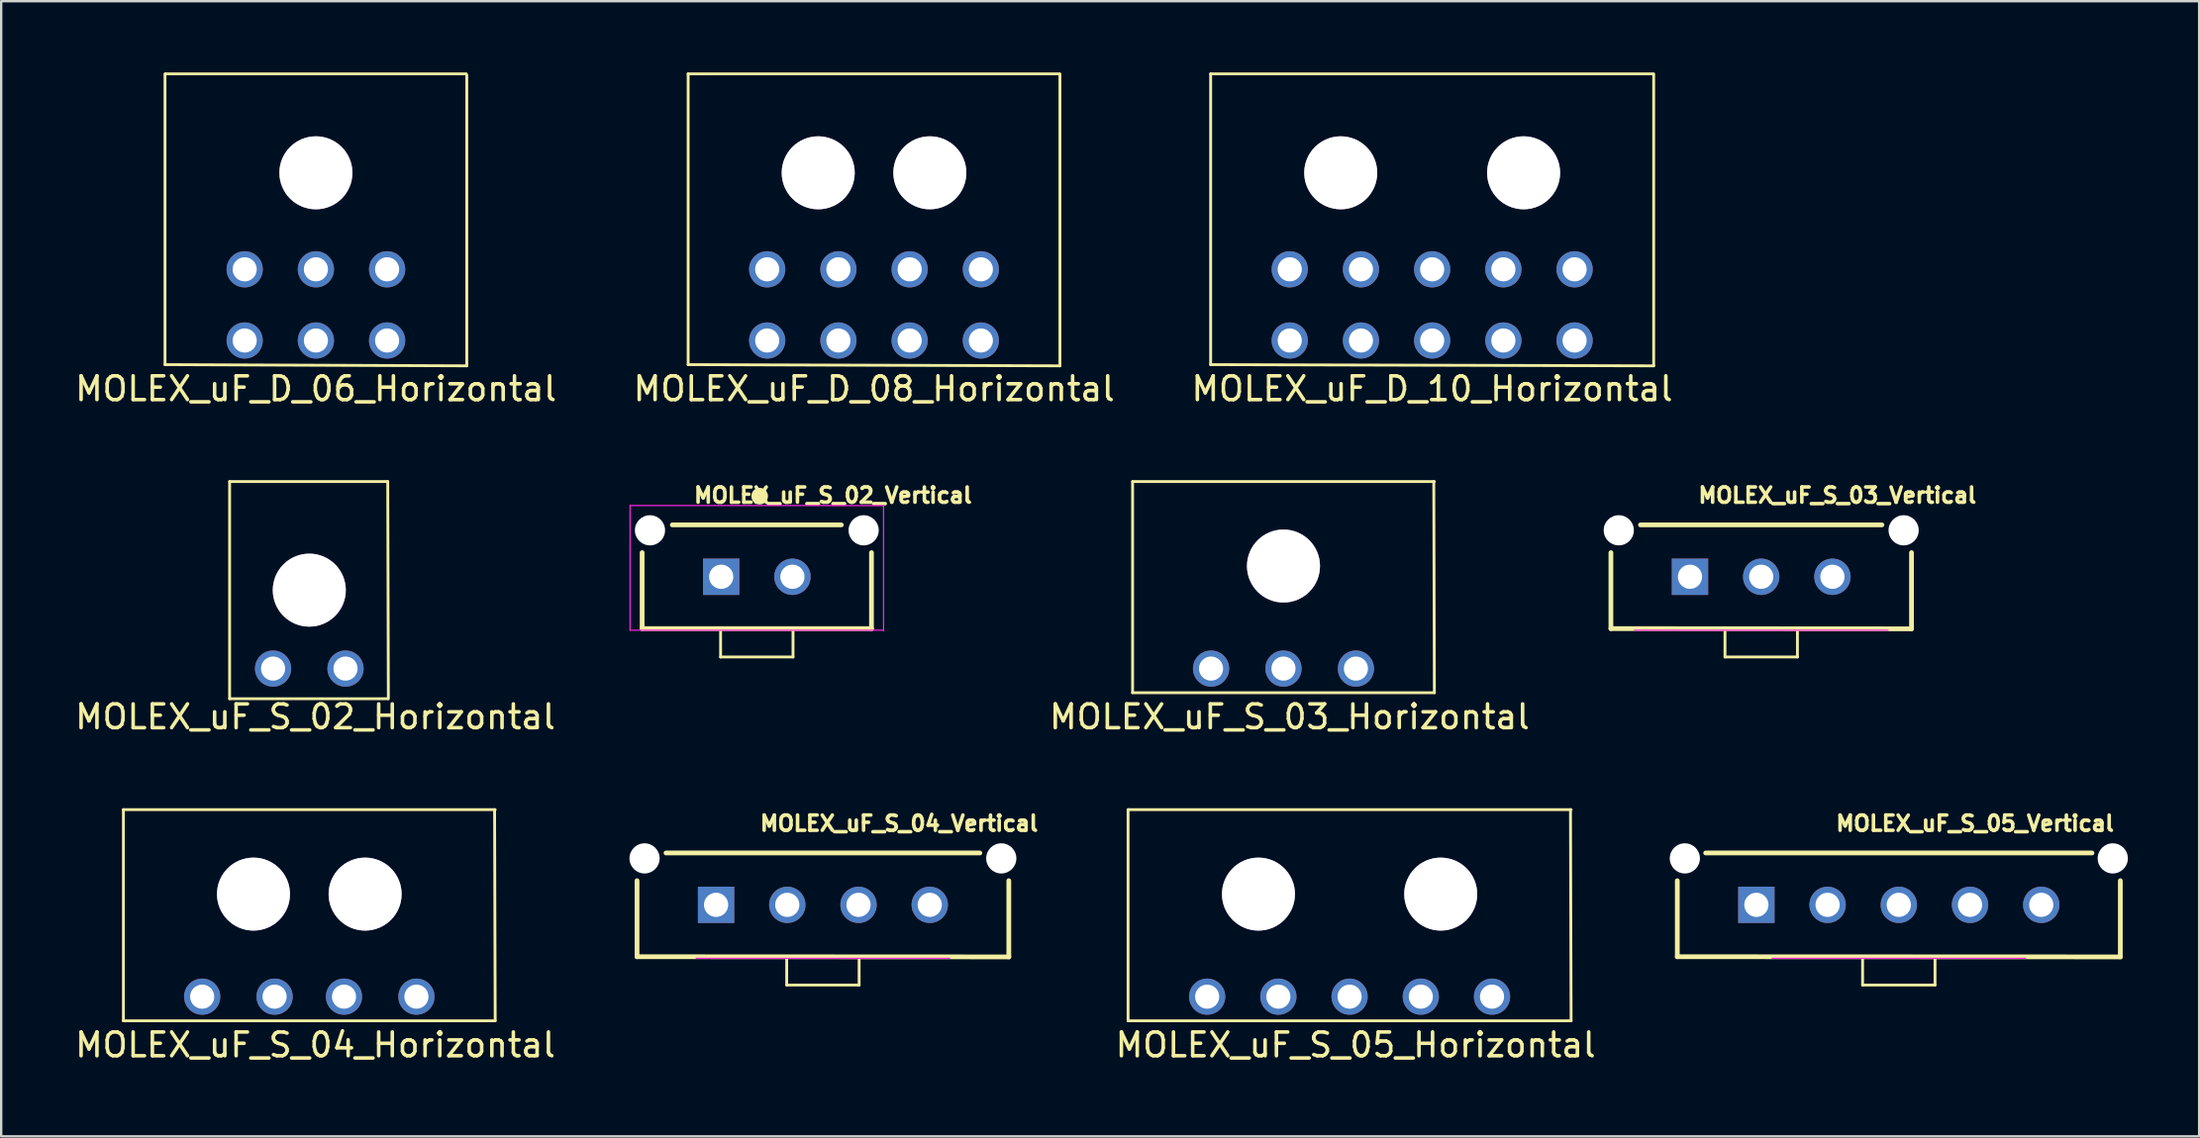
<source format=kicad_pcb>
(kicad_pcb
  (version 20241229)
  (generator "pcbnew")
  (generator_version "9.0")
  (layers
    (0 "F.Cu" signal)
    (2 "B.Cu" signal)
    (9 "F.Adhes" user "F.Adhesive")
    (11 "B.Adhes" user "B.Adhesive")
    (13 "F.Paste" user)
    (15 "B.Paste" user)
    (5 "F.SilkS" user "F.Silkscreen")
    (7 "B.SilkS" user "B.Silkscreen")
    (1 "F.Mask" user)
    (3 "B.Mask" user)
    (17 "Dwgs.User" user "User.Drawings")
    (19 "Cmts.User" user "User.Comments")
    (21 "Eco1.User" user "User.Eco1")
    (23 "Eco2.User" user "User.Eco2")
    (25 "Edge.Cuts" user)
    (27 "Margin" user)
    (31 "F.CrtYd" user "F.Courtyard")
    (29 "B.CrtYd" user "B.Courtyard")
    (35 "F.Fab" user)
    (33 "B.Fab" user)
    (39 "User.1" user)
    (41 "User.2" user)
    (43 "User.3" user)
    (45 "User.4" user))
  (footprint "MOLEX_uF_S_03_Vertical"
    (layer "F.Cu")
    (at 71.067 21.235)
    (property "Reference" "MOLEX_uF_S_03_Vertical" (at 3.206 -3.429 0) (layer "F.SilkS") (effects (font (size 0.641 0.641) (thickness 0.15))))
    (attr through_hole)
    (fp_line (start -6.325 2.184) (end -6.325 -1.016) (stroke (width 0.2) (type solid)) (layer "F.SilkS"))
    (fp_line (start -6.325 2.184) (end 6.325 2.192) (stroke (width 0.2) (type solid)) (layer "F.SilkS"))
    (fp_line (start -5.08 -2.184) (end 5.08 -2.184) (stroke (width 0.2) (type solid)) (layer "F.SilkS"))
    (fp_line (start -1.524 2.286) (end -1.524 3.378) (stroke (width 0.12) (type solid)) (layer "F.SilkS"))
    (fp_line (start -1.524 3.378) (end 1.524 3.378) (stroke (width 0.12) (type solid)) (layer "F.SilkS"))
    (fp_line (start 1.524 3.378) (end 1.524 2.286) (stroke (width 0.12) (type solid)) (layer "F.SilkS"))
    (fp_line (start 6.325 2.192) (end 6.325 -1.016) (stroke (width 0.2) (type solid)) (layer "F.SilkS"))
    (fp_line (start 5.334 2.25) (end -5.334 2.25) (stroke (width 0.05) (type solid)) (layer "F.CrtYd"))
    (pad "" np_thru_hole circle (at -5.994 -1.956) (size 1.27 1.27) (drill 1.27) (layers "*.Cu" "*.Mask"))
    (pad "" np_thru_hole circle (at 5.994 -1.956) (size 1.27 1.27) (drill 1.27) (layers "*.Cu" "*.Mask"))
    (pad "1" thru_hole rect (at -2.997 0) (size 1.53 1.53) (drill 1.02) (layers "*.Cu" "*.Mask"))
    (pad "2" thru_hole circle (at 0 0) (size 1.53 1.53) (drill 1.02) (layers "*.Cu" "*.Mask"))
    (pad "3" thru_hole circle (at 2.997 0) (size 1.53 1.53) (drill 1.02) (layers "*.Cu" "*.Mask")))
  (footprint "MOLEX_uF_S_04_Vertical"
    (layer "F.Cu")
    (at 31.581 35.049)
    (property "Reference" "MOLEX_uF_S_04_Vertical" (at 3.206 -3.429 0) (layer "F.SilkS") (effects (font (size 0.641 0.641) (thickness 0.15))))
    (attr through_hole)
    (fp_line (start -7.823 2.184) (end -7.823 -1.016) (stroke (width 0.2) (type solid)) (layer "F.SilkS"))
    (fp_line (start -7.823 2.184) (end 7.823 2.192) (stroke (width 0.2) (type solid)) (layer "F.SilkS"))
    (fp_line (start -6.604 -2.184) (end 6.604 -2.184) (stroke (width 0.2) (type solid)) (layer "F.SilkS"))
    (fp_line (start -1.524 2.286) (end -1.524 3.378) (stroke (width 0.12) (type solid)) (layer "F.SilkS"))
    (fp_line (start -1.524 3.378) (end 1.524 3.378) (stroke (width 0.12) (type solid)) (layer "F.SilkS"))
    (fp_line (start 1.524 3.378) (end 1.524 2.286) (stroke (width 0.12) (type solid)) (layer "F.SilkS"))
    (fp_line (start 7.823 2.192) (end 7.823 -1.016) (stroke (width 0.2) (type solid)) (layer "F.SilkS"))
    (fp_line (start 5.334 2.25) (end -5.334 2.25) (stroke (width 0.05) (type solid)) (layer "F.CrtYd"))
    (pad "" np_thru_hole circle (at -7.506 -1.956) (size 1.27 1.27) (drill 1.27) (layers "*.Cu" "*.Mask"))
    (pad "" np_thru_hole circle (at 7.506 -1.956) (size 1.27 1.27) (drill 1.27) (layers "*.Cu" "*.Mask"))
    (pad "1" thru_hole rect (at -4.496 0) (size 1.53 1.53) (drill 1.02) (layers "*.Cu" "*.Mask"))
    (pad "2" thru_hole circle (at -1.499 0) (size 1.53 1.53) (drill 1.02) (layers "*.Cu" "*.Mask"))
    (pad "3" thru_hole circle (at 1.499 0) (size 1.53 1.53) (drill 1.02) (layers "*.Cu" "*.Mask"))
    (pad "4" thru_hole circle (at 4.496 0) (size 1.53 1.53) (drill 1.02) (layers "*.Cu" "*.Mask")))
  (footprint "MOLEX_uF_S_03_Horizontal"
    (layer "F.Cu")
    (at 50.963 26.117)
    (property "Reference" "MOLEX_uF_S_03_Horizontal" (at 0.254 1.016 0) (layer "F.SilkS") (effects (font (size 1 1) (thickness 0.15))))
    (attr through_hole)
    (fp_line (start -6.35 -8.89) (end -6.35 0) (stroke (width 0.12) (type solid)) (layer "F.SilkS"))
    (fp_line (start -6.35 -8.89) (end 6.35 -8.89) (stroke (width 0.12) (type solid)) (layer "F.SilkS"))
    (fp_line (start -6.35 0) (end 6.35 0) (stroke (width 0.12) (type solid)) (layer "F.SilkS"))
    (fp_line (start 6.35 0) (end 6.325 -8.89) (stroke (width 0.12) (type solid)) (layer "F.SilkS"))
    (pad "" thru_hole circle (at 0 -5.334) (size 3.073 3.073) (drill 3.073) (layers "*.Cu" "*.Mask"))
    (pad "1" thru_hole circle (at -3.048 -1.016 90) (size 1.524 1.524) (drill 1.016) (layers "*.Cu" "*.Mask"))
    (pad "2" thru_hole circle (at 0 -1.016 90) (size 1.524 1.524) (drill 1.016) (layers "*.Cu" "*.Mask"))
    (pad "3" thru_hole circle (at 3.048 -1.016 90) (size 1.524 1.524) (drill 1.016) (layers "*.Cu" "*.Mask")))
  (footprint "MOLEX_uF_S_02_Vertical"
    (layer "F.Cu")
    (at 28.799 21.235)
    (property "Reference" "MOLEX_uF_S_02_Vertical" (at 3.206 -3.429 0) (layer "F.SilkS") (effects (font (size 0.641 0.641) (thickness 0.15))))
    (attr through_hole)
    (fp_line (start -4.826 2.184) (end -4.826 -1.016) (stroke (width 0.2) (type solid)) (layer "F.SilkS"))
    (fp_line (start -4.826 2.184) (end 4.826 2.184) (stroke (width 0.2) (type solid)) (layer "F.SilkS"))
    (fp_line (start -3.556 -2.184) (end 3.556 -2.184) (stroke (width 0.2) (type solid)) (layer "F.SilkS"))
    (fp_line (start -1.524 2.286) (end -1.524 3.378) (stroke (width 0.12) (type solid)) (layer "F.SilkS"))
    (fp_line (start -1.524 3.378) (end 1.524 3.378) (stroke (width 0.12) (type solid)) (layer "F.SilkS"))
    (fp_line (start 1.524 3.378) (end 1.524 2.286) (stroke (width 0.12) (type solid)) (layer "F.SilkS"))
    (fp_line (start 4.826 2.192) (end 4.826 -1.016) (stroke (width 0.2) (type solid)) (layer "F.SilkS"))
    (fp_circle (center 0.12 -3.394) (end 0.32 -3.394) (stroke (width 0.3) (type solid)) (fill no) (layer "F.SilkS"))
    (fp_line (start -5.334 -3) (end 5.334 -2.997) (stroke (width 0.05) (type solid)) (layer "F.CrtYd"))
    (fp_line (start -5.334 2.25) (end -5.334 -3) (stroke (width 0.05) (type solid)) (layer "F.CrtYd"))
    (fp_line (start 5.334 -2.997) (end 5.334 2.286) (stroke (width 0.05) (type solid)) (layer "F.CrtYd"))
    (fp_line (start 5.334 2.25) (end -5.334 2.25) (stroke (width 0.05) (type solid)) (layer "F.CrtYd"))
    (pad "" np_thru_hole circle (at -4.496 -1.956) (size 1.27 1.27) (drill 1.27) (layers "*.Cu" "*.Mask"))
    (pad "" np_thru_hole circle (at 4.496 -1.956) (size 1.27 1.27) (drill 1.27) (layers "*.Cu" "*.Mask"))
    (pad "1" thru_hole rect (at -1.499 0) (size 1.53 1.53) (drill 1.02) (layers "*.Cu" "*.Mask"))
    (pad "2" thru_hole circle (at 1.499 0) (size 1.53 1.53) (drill 1.02) (layers "*.Cu" "*.Mask")))
  (footprint "MOLEX_uF_D_06_Horizontal"
    (layer "F.Cu")
    (at 10.244 11.541)
    (property "Reference" "MOLEX_uF_D_06_Horizontal" (at 0 1.778 0) (layer "F.SilkS") (effects (font (size 1 1) (thickness 0.15))))
    (attr through_hole)
    (fp_line (start -6.35 -11.481) (end -6.35 0.762) (stroke (width 0.12) (type solid)) (layer "F.SilkS"))
    (fp_line (start -6.325 -11.481) (end 6.325 -11.481) (stroke (width 0.12) (type solid)) (layer "F.SilkS"))
    (fp_line (start 6.35 0.813) (end -6.35 0.762) (stroke (width 0.12) (type solid)) (layer "F.SilkS"))
    (fp_line (start 6.35 0.813) (end 6.35 -11.43) (stroke (width 0.12) (type solid)) (layer "F.SilkS"))
    (pad "" thru_hole circle (at 0 -7.315) (size 3.073 3.073) (drill 3.073) (layers "*.Cu" "*.Mask"))
    (pad "1" thru_hole circle (at -2.997 -3.251 90) (size 1.524 1.524) (drill 1.016) (layers "*.Cu" "*.Mask"))
    (pad "2" thru_hole circle (at 0 -3.251 90) (size 1.524 1.524) (drill 1.016) (layers "*.Cu" "*.Mask"))
    (pad "3" thru_hole circle (at 2.997 -3.251 90) (size 1.524 1.524) (drill 1.016) (layers "*.Cu" "*.Mask"))
    (pad "4" thru_hole circle (at -2.997 -0.254 90) (size 1.524 1.524) (drill 1.016) (layers "*.Cu" "*.Mask"))
    (pad "5" thru_hole circle (at 0 -0.254 90) (size 1.524 1.524) (drill 1.016) (layers "*.Cu" "*.Mask"))
    (pad "6" thru_hole circle (at 2.997 -0.254 90) (size 1.524 1.524) (drill 1.016) (layers "*.Cu" "*.Mask")))
  (footprint "MOLEX_uF_D_10_Horizontal"
    (layer "F.Cu")
    (at 57.22 11.541)
    (property "Reference" "MOLEX_uF_D_10_Horizontal" (at 0 1.778 0) (layer "F.SilkS") (effects (font (size 1 1) (thickness 0.15))))
    (attr through_hole)
    (fp_line (start -9.322 -11.481) (end -9.322 0.762) (stroke (width 0.12) (type solid)) (layer "F.SilkS"))
    (fp_line (start -9.322 -11.481) (end 9.322 -11.481) (stroke (width 0.12) (type solid)) (layer "F.SilkS"))
    (fp_line (start 9.322 0.813) (end -9.322 0.762) (stroke (width 0.12) (type solid)) (layer "F.SilkS"))
    (fp_line (start 9.322 0.813) (end 9.322 -11.43) (stroke (width 0.12) (type solid)) (layer "F.SilkS"))
    (pad "" thru_hole circle (at -3.848 -7.315) (size 3.073 3.073) (drill 3.073) (layers "*.Cu" "*.Mask"))
    (pad "" thru_hole circle (at 3.848 -7.315) (size 3.073 3.073) (drill 3.073) (layers "*.Cu" "*.Mask"))
    (pad "1" thru_hole circle (at -5.994 -3.251 90) (size 1.524 1.524) (drill 1.016) (layers "*.Cu" "*.Mask"))
    (pad "2" thru_hole circle (at -2.997 -3.251 90) (size 1.524 1.524) (drill 1.016) (layers "*.Cu" "*.Mask"))
    (pad "3" thru_hole circle (at 0 -3.251 90) (size 1.524 1.524) (drill 1.016) (layers "*.Cu" "*.Mask"))
    (pad "4" thru_hole circle (at 2.997 -3.251 90) (size 1.524 1.524) (drill 1.016) (layers "*.Cu" "*.Mask"))
    (pad "5" thru_hole circle (at 5.994 -3.251 90) (size 1.524 1.524) (drill 1.016) (layers "*.Cu" "*.Mask"))
    (pad "6" thru_hole circle (at -5.994 -0.254 90) (size 1.524 1.524) (drill 1.016) (layers "*.Cu" "*.Mask"))
    (pad "7" thru_hole circle (at -2.997 -0.254 90) (size 1.524 1.524) (drill 1.016) (layers "*.Cu" "*.Mask"))
    (pad "8" thru_hole circle (at 0 -0.254 90) (size 1.524 1.524) (drill 1.016) (layers "*.Cu" "*.Mask"))
    (pad "9" thru_hole circle (at 2.997 -0.254 90) (size 1.524 1.524) (drill 1.016) (layers "*.Cu" "*.Mask"))
    (pad "10" thru_hole circle (at 5.994 -0.254 90) (size 1.524 1.524) (drill 1.016) (layers "*.Cu" "*.Mask")))
  (footprint "MOLEX_uF_S_02_Horizontal"
    (layer "F.Cu")
    (at 9.966 26.117)
    (property "Reference" "MOLEX_uF_S_02_Horizontal" (at 0.254 1.016 0) (layer "F.SilkS") (effects (font (size 1 1) (thickness 0.15))))
    (attr through_hole)
    (fp_line (start -3.353 -8.89) (end -3.353 0.254) (stroke (width 0.12) (type solid)) (layer "F.SilkS"))
    (fp_line (start -3.353 -8.89) (end 3.302 -8.89) (stroke (width 0.12) (type solid)) (layer "F.SilkS"))
    (fp_line (start -3.353 0.254) (end 3.302 0.254) (stroke (width 0.12) (type solid)) (layer "F.SilkS"))
    (fp_line (start 3.327 0.254) (end 3.302 -8.89) (stroke (width 0.12) (type solid)) (layer "F.SilkS"))
    (pad "" thru_hole circle (at 0 -4.318) (size 3.073 3.073) (drill 3.073) (layers "*.Cu" "*.Mask"))
    (pad "1" thru_hole circle (at -1.524 -1.016 90) (size 1.524 1.524) (drill 1.016) (layers "*.Cu" "*.Mask"))
    (pad "2" thru_hole circle (at 1.524 -1.016 90) (size 1.524 1.524) (drill 1.016) (layers "*.Cu" "*.Mask")))
  (footprint "MOLEX_uF_D_08_Horizontal"
    (layer "F.Cu")
    (at 33.732 11.541)
    (property "Reference" "MOLEX_uF_D_08_Horizontal" (at 0 1.778 0) (layer "F.SilkS") (effects (font (size 1 1) (thickness 0.15))))
    (attr through_hole)
    (fp_line (start -7.823 -11.481) (end -7.823 0.762) (stroke (width 0.12) (type solid)) (layer "F.SilkS"))
    (fp_line (start -7.823 -11.481) (end 7.823 -11.481) (stroke (width 0.12) (type solid)) (layer "F.SilkS"))
    (fp_line (start 7.823 0.813) (end -7.823 0.762) (stroke (width 0.12) (type solid)) (layer "F.SilkS"))
    (fp_line (start 7.823 0.813) (end 7.823 -11.43) (stroke (width 0.12) (type solid)) (layer "F.SilkS"))
    (pad "" thru_hole circle (at -2.349 -7.315) (size 3.073 3.073) (drill 3.073) (layers "*.Cu" "*.Mask"))
    (pad "" thru_hole circle (at 2.349 -7.315) (size 3.073 3.073) (drill 3.073) (layers "*.Cu" "*.Mask"))
    (pad "1" thru_hole circle (at -4.496 -3.251 90) (size 1.524 1.524) (drill 1.016) (layers "*.Cu" "*.Mask"))
    (pad "2" thru_hole circle (at -1.499 -3.251 90) (size 1.524 1.524) (drill 1.016) (layers "*.Cu" "*.Mask"))
    (pad "3" thru_hole circle (at 1.499 -3.251 90) (size 1.524 1.524) (drill 1.016) (layers "*.Cu" "*.Mask"))
    (pad "4" thru_hole circle (at 4.496 -3.251 90) (size 1.524 1.524) (drill 1.016) (layers "*.Cu" "*.Mask"))
    (pad "5" thru_hole circle (at -4.496 -0.254 90) (size 1.524 1.524) (drill 1.016) (layers "*.Cu" "*.Mask"))
    (pad "6" thru_hole circle (at -1.499 -0.254 90) (size 1.524 1.524) (drill 1.016) (layers "*.Cu" "*.Mask"))
    (pad "7" thru_hole circle (at 1.499 -0.254 90) (size 1.524 1.524) (drill 1.016) (layers "*.Cu" "*.Mask"))
    (pad "8" thru_hole circle (at 4.496 -0.254 90) (size 1.524 1.524) (drill 1.016) (layers "*.Cu" "*.Mask")))
  (footprint "MOLEX_uF_S_05_Horizontal"
    (layer "F.Cu")
    (at 53.745 39.931)
    (property "Reference" "MOLEX_uF_S_05_Horizontal" (at 0.254 1.016 0) (layer "F.SilkS") (effects (font (size 1 1) (thickness 0.15))))
    (attr through_hole)
    (fp_line (start -9.322 -8.89) (end -9.322 0) (stroke (width 0.12) (type solid)) (layer "F.SilkS"))
    (fp_line (start -9.322 -8.89) (end 9.322 -8.89) (stroke (width 0.12) (type solid)) (layer "F.SilkS"))
    (fp_line (start -9.322 0) (end 9.322 0) (stroke (width 0.12) (type solid)) (layer "F.SilkS"))
    (fp_line (start 9.322 0) (end 9.296 -8.89) (stroke (width 0.12) (type solid)) (layer "F.SilkS"))
    (pad "" thru_hole circle (at -3.835 -5.334) (size 3.073 3.073) (drill 3.073) (layers "*.Cu" "*.Mask"))
    (pad "" thru_hole circle (at 3.835 -5.334) (size 3.073 3.073) (drill 3.073) (layers "*.Cu" "*.Mask"))
    (pad "1" thru_hole circle (at -5.994 -1.016 90) (size 1.524 1.524) (drill 1.016) (layers "*.Cu" "*.Mask"))
    (pad "2" thru_hole circle (at -2.997 -1.016 90) (size 1.524 1.524) (drill 1.016) (layers "*.Cu" "*.Mask"))
    (pad "3" thru_hole circle (at 0 -1.016 90) (size 1.524 1.524) (drill 1.016) (layers "*.Cu" "*.Mask"))
    (pad "4" thru_hole circle (at 2.997 -1.016 90) (size 1.524 1.524) (drill 1.016) (layers "*.Cu" "*.Mask"))
    (pad "5" thru_hole circle (at 5.994 -1.016 90) (size 1.524 1.524) (drill 1.016) (layers "*.Cu" "*.Mask")))
  (footprint "MOLEX_uF_S_04_Horizontal"
    (layer "F.Cu")
    (at 9.966 39.931)
    (property "Reference" "MOLEX_uF_S_04_Horizontal" (at 0.254 1.016 0) (layer "F.SilkS") (effects (font (size 1 1) (thickness 0.15))))
    (attr through_hole)
    (fp_line (start -7.823 -8.89) (end -7.823 0) (stroke (width 0.12) (type solid)) (layer "F.SilkS"))
    (fp_line (start -7.823 -8.89) (end 7.823 -8.89) (stroke (width 0.12) (type solid)) (layer "F.SilkS"))
    (fp_line (start -7.823 0) (end 7.823 0) (stroke (width 0.12) (type solid)) (layer "F.SilkS"))
    (fp_line (start 7.823 0) (end 7.798 -8.89) (stroke (width 0.12) (type solid)) (layer "F.SilkS"))
    (pad "" thru_hole circle (at -2.349 -5.334) (size 3.073 3.073) (drill 3.073) (layers "*.Cu" "*.Mask"))
    (pad "" thru_hole circle (at 2.349 -5.334) (size 3.073 3.073) (drill 3.073) (layers "*.Cu" "*.Mask"))
    (pad "1" thru_hole circle (at -4.508 -1.016 90) (size 1.524 1.524) (drill 1.016) (layers "*.Cu" "*.Mask"))
    (pad "2" thru_hole circle (at -1.46 -1.016 90) (size 1.524 1.524) (drill 1.016) (layers "*.Cu" "*.Mask"))
    (pad "3" thru_hole circle (at 1.46 -1.016 90) (size 1.524 1.524) (drill 1.016) (layers "*.Cu" "*.Mask"))
    (pad "4" thru_hole circle (at 4.508 -1.016 90) (size 1.524 1.524) (drill 1.016) (layers "*.Cu" "*.Mask")))
  (footprint "MOLEX_uF_S_05_Vertical"
    (layer "F.Cu")
    (at 76.858 35.049)
    (property "Reference" "MOLEX_uF_S_05_Vertical" (at 3.206 -3.429 0) (layer "F.SilkS") (effects (font (size 0.641 0.641) (thickness 0.15))))
    (attr through_hole)
    (fp_line (start -9.322 2.184) (end -9.322 -1.016) (stroke (width 0.2) (type solid)) (layer "F.SilkS"))
    (fp_line (start -9.322 2.184) (end 9.322 2.192) (stroke (width 0.2) (type solid)) (layer "F.SilkS"))
    (fp_line (start -8.128 -2.184) (end 8.128 -2.184) (stroke (width 0.2) (type solid)) (layer "F.SilkS"))
    (fp_line (start -1.524 2.286) (end -1.524 3.378) (stroke (width 0.12) (type solid)) (layer "F.SilkS"))
    (fp_line (start -1.524 3.378) (end 1.524 3.378) (stroke (width 0.12) (type solid)) (layer "F.SilkS"))
    (fp_line (start 1.524 3.378) (end 1.524 2.286) (stroke (width 0.12) (type solid)) (layer "F.SilkS"))
    (fp_line (start 9.322 2.192) (end 9.322 -1.016) (stroke (width 0.2) (type solid)) (layer "F.SilkS"))
    (fp_line (start 5.334 2.25) (end -5.334 2.25) (stroke (width 0.05) (type solid)) (layer "F.CrtYd"))
    (pad "" np_thru_hole circle (at -9.004 -1.956) (size 1.27 1.27) (drill 1.27) (layers "*.Cu" "*.Mask"))
    (pad "" np_thru_hole circle (at 9.004 -1.956) (size 1.27 1.27) (drill 1.27) (layers "*.Cu" "*.Mask"))
    (pad "1" thru_hole rect (at -5.994 0) (size 1.53 1.53) (drill 1.02) (layers "*.Cu" "*.Mask"))
    (pad "2" thru_hole circle (at -2.997 0) (size 1.53 1.53) (drill 1.02) (layers "*.Cu" "*.Mask"))
    (pad "3" thru_hole circle (at 0 0) (size 1.53 1.53) (drill 1.02) (layers "*.Cu" "*.Mask"))
    (pad "4" thru_hole circle (at 2.997 0) (size 1.53 1.53) (drill 1.02) (layers "*.Cu" "*.Mask"))
    (pad "5" thru_hole circle (at 5.994 0) (size 1.53 1.53) (drill 1.02) (layers "*.Cu" "*.Mask")))
  (gr_rect
    (start -3 -3)
    (end 89.497 44.796)
    (stroke (width 0.1) (type default))
    (fill no)
    (layer "Edge.Cuts")))
</source>
